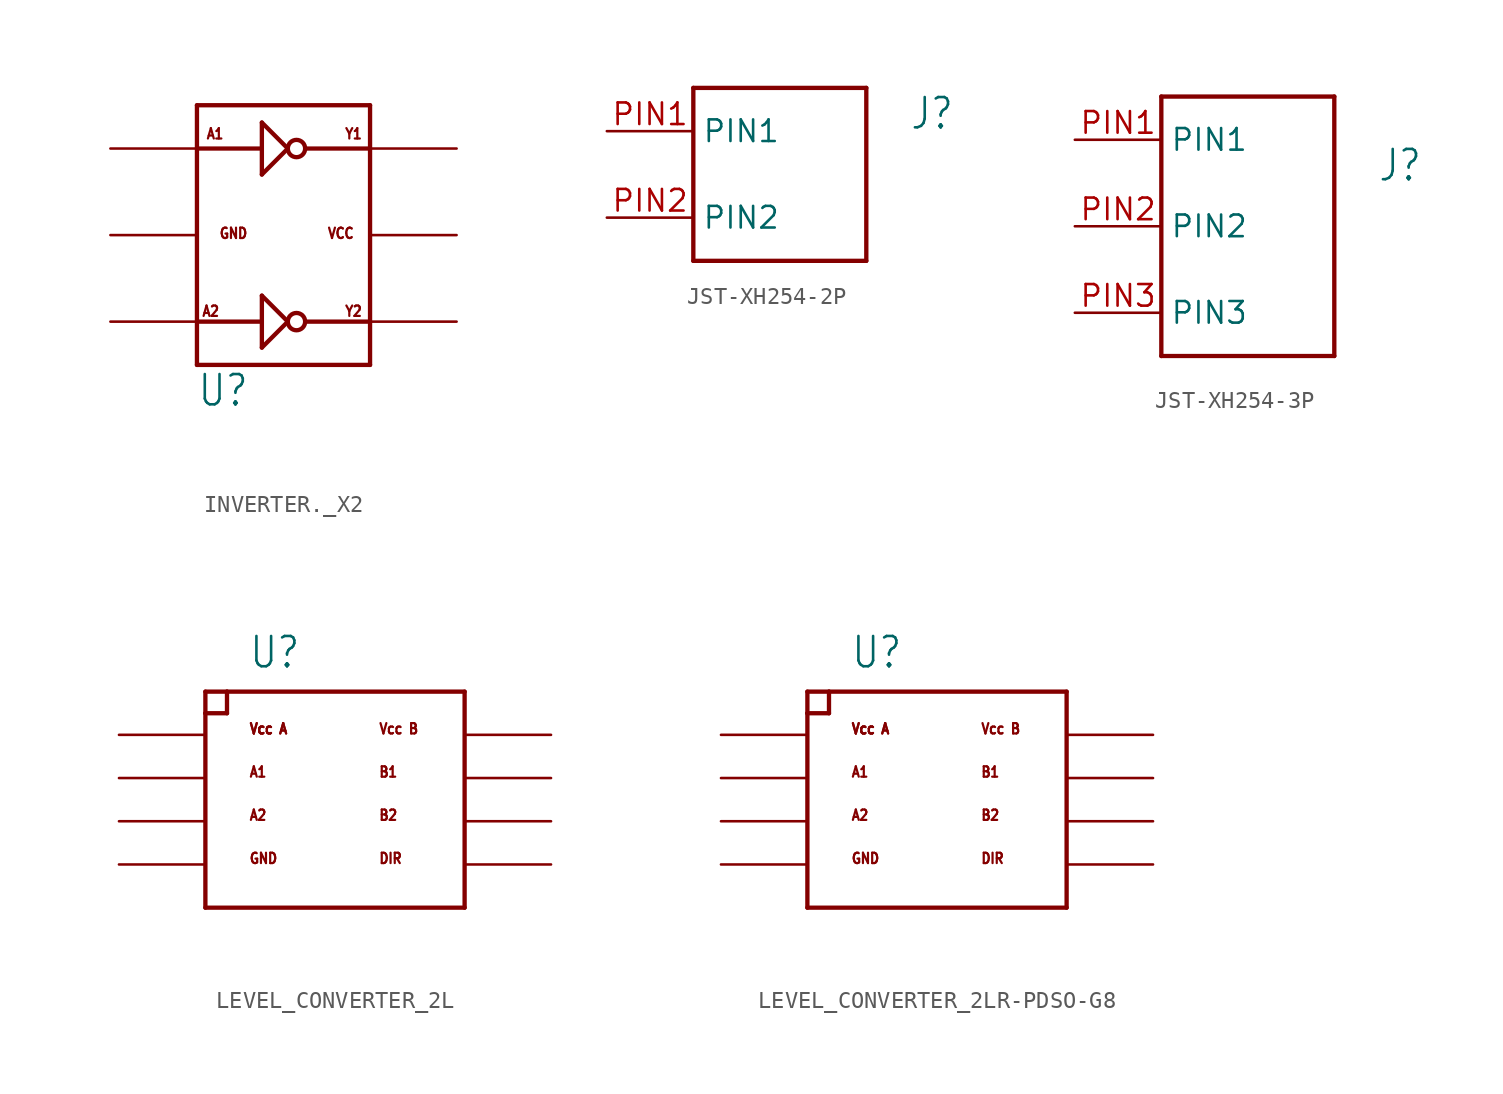
<source format=kicad_sym>
(kicad_symbol_lib
  (version 20231120)
  (generator "kicad_symbol_editor")
  (generator_version "8.0")
  (symbol "INVERTER._X2"
    (property "Reference" "U"
      (at -5.08 -10.16 0)
      (effects (font (size 1.778 1.511)) (justify left bottom)))
    (property "Value" ""
      (at -5.08 -12.7 0)
      (effects (font (size 1.778 1.511)) (justify left bottom)))
    (property "ki_locked" ""
      (at 0 0 0)
      (effects (font (size 1.27 1.27))))
    (symbol "INVERTER._X2_1_0"
      (polyline (pts (xy -5.08 -7.62) (xy 5.08 -7.62)) (stroke (width 0.254) (type solid)) (fill (type none)))
      (polyline (pts (xy -5.08 -5.08) (xy -1.27 -5.08)) (stroke (width 0.254) (type solid)) (fill (type none)))
      (polyline (pts (xy -5.08 5.08) (xy -5.08 -7.62)) (stroke (width 0.254) (type solid)) (fill (type none)))
      (polyline (pts (xy -5.08 5.08) (xy -1.27 5.08)) (stroke (width 0.254) (type solid)) (fill (type none)))
      (polyline (pts (xy -5.08 7.62) (xy -5.08 5.08)) (stroke (width 0.254) (type solid)) (fill (type none)))
      (polyline (pts (xy -1.27 -3.556) (xy -1.27 -6.604)) (stroke (width 0.254) (type solid)) (fill (type none)))
      (polyline (pts (xy -1.27 -3.556) (xy 0.254 -5.08)) (stroke (width 0.254) (type solid)) (fill (type none)))
      (polyline (pts (xy -1.27 6.604) (xy -1.27 3.556)) (stroke (width 0.254) (type solid)) (fill (type none)))
      (polyline (pts (xy -1.27 6.604) (xy 0.254 5.08)) (stroke (width 0.254) (type solid)) (fill (type none)))
      (polyline (pts (xy 0.254 -5.08) (xy -1.27 -6.604)) (stroke (width 0.254) (type solid)) (fill (type none)))
      (polyline (pts (xy 0.254 5.08) (xy -1.27 3.556)) (stroke (width 0.254) (type solid)) (fill (type none)))
      (polyline (pts (xy 1.27 -5.08) (xy 5.08 -5.08)) (stroke (width 0.254) (type solid)) (fill (type none)))
      (polyline (pts (xy 1.27 5.08) (xy 5.08 5.08)) (stroke (width 0.254) (type solid)) (fill (type none)))
      (polyline (pts (xy 5.08 -7.62) (xy 5.08 5.08)) (stroke (width 0.254) (type solid)) (fill (type none)))
      (polyline (pts (xy 5.08 5.08) (xy 5.08 7.62)) (stroke (width 0.254) (type solid)) (fill (type none)))
      (polyline (pts (xy 5.08 7.62) (xy -5.08 7.62)) (stroke (width 0.254) (type solid)) (fill (type none)))
      (circle (center 0.762 -5.08) (radius 0.508) (stroke (width 0.254) (type solid)) (fill (type none)))
      (circle (center 0.762 5.08) (radius 0.508) (stroke (width 0.254) (type solid)) (fill (type none)))
      (text "A1" (at -4.572 5.588 0) (effects (font (size 0.61 0.518)) (justify left bottom)))
      (text "A2" (at -4.826 -4.826 0) (effects (font (size 0.61 0.518)) (justify left bottom)))
      (text "GND" (at -3.81 -0.254 0) (effects (font (size 0.61 0.518)) (justify left bottom)))
      (text "VCC" (at 2.54 -0.254 0) (effects (font (size 0.61 0.518)) (justify left bottom)))
      (text "Y1" (at 3.556 5.588 0) (effects (font (size 0.61 0.518)) (justify left bottom)))
      (text "Y2" (at 3.556 -4.826 0) (effects (font (size 0.61 0.518)) (justify left bottom)))
      (pin bidirectional line (at -10.16 5.08 0) (length 5.08) (name "A1" (effects (font (size 0 0)))) (number "P1" (effects (font (size 0 0)))))
      (pin power_in line (at -10.16 0 0) (length 5.08) (name "GND" (effects (font (size 0 0)))) (number "P2" (effects (font (size 0 0)))))
      (pin bidirectional line (at -10.16 -5.08 0) (length 5.08) (name "A2" (effects (font (size 0 0)))) (number "P3" (effects (font (size 0 0)))))
      (pin bidirectional line (at 10.16 -5.08 180) (length 5.08) (name "Y2" (effects (font (size 0 0)))) (number "P4" (effects (font (size 0 0)))))
      (pin power_in line (at 10.16 0 180) (length 5.08) (name "VCC" (effects (font (size 0 0)))) (number "P5" (effects (font (size 0 0)))))
      (pin bidirectional line (at 10.16 5.08 180) (length 5.08) (name "Y1" (effects (font (size 0 0)))) (number "P6" (effects (font (size 0 0)))))))
  (symbol "JST-XH254-2P"
    (property "Reference" "J"
      (at 12.7 2.54 0)
      (effects (font (size 1.778 1.511)) (justify left bottom)))
    (property "Value" ""
      (at 12.7 -2.54 0)
      (effects (font (size 1.778 1.511)) (justify left bottom)))
    (property "ki_locked" ""
      (at 0 0 0)
      (effects (font (size 1.27 1.27))))
    (symbol "JST-XH254-2P_1_0"
      (polyline (pts (xy 0 -5.08) (xy 10.16 -5.08)) (stroke (width 0.254) (type solid)) (fill (type none)))
      (polyline (pts (xy 0 5.08) (xy 0 -5.08)) (stroke (width 0.254) (type solid)) (fill (type none)))
      (polyline (pts (xy 10.16 -5.08) (xy 10.16 5.08)) (stroke (width 0.254) (type solid)) (fill (type none)))
      (polyline (pts (xy 10.16 5.08) (xy 0 5.08)) (stroke (width 0.254) (type solid)) (fill (type none)))
      (pin bidirectional line (at -5.08 2.54 0) (length 5.08) (name "PIN1" (effects (font (size 1.27 1.27)))) (number "PIN1" (effects (font (size 1.27 1.27)))))
      (pin bidirectional line (at -5.08 -2.54 0) (length 5.08) (name "PIN2" (effects (font (size 1.27 1.27)))) (number "PIN2" (effects (font (size 1.27 1.27)))))))
  (symbol "JST-XH254-3P"
    (property "Reference" "J"
      (at 12.7 2.54 0)
      (effects (font (size 1.778 1.511)) (justify left bottom)))
    (property "Value" ""
      (at 12.7 -2.54 0)
      (effects (font (size 1.778 1.511)) (justify left bottom)))
    (property "ki_locked" ""
      (at 0 0 0)
      (effects (font (size 1.27 1.27))))
    (symbol "JST-XH254-3P_1_0"
      (polyline (pts (xy 0 -7.62) (xy 10.16 -7.62)) (stroke (width 0.254) (type solid)) (fill (type none)))
      (polyline (pts (xy 0 7.62) (xy 0 -7.62)) (stroke (width 0.254) (type solid)) (fill (type none)))
      (polyline (pts (xy 10.16 -7.62) (xy 10.16 7.62)) (stroke (width 0.254) (type solid)) (fill (type none)))
      (polyline (pts (xy 10.16 7.62) (xy 0 7.62)) (stroke (width 0.254) (type solid)) (fill (type none)))
      (pin bidirectional line (at -5.08 5.08 0) (length 5.08) (name "PIN1" (effects (font (size 1.27 1.27)))) (number "PIN1" (effects (font (size 1.27 1.27)))))
      (pin bidirectional line (at -5.08 0 0) (length 5.08) (name "PIN2" (effects (font (size 1.27 1.27)))) (number "PIN2" (effects (font (size 1.27 1.27)))))
      (pin bidirectional line (at -5.08 -5.08 0) (length 5.08) (name "PIN3" (effects (font (size 1.27 1.27)))) (number "PIN3" (effects (font (size 1.27 1.27)))))))
  (symbol "LEVEL_CONVERTER_2L"
    (property "Reference" "U"
      (at -5.08 8.89 0)
      (effects (font (size 1.778 1.511)) (justify left bottom)))
    (property "Value" ""
      (at -5.334 -7.62 0)
      (effects (font (size 1.778 1.511)) (justify left bottom)))
    (property "ki_locked" ""
      (at 0 0 0)
      (effects (font (size 1.27 1.27))))
    (symbol "LEVEL_CONVERTER_2L_1_0"
      (polyline (pts (xy -7.62 -5.08) (xy 7.62 -5.08)) (stroke (width 0.254) (type solid)) (fill (type none)))
      (polyline (pts (xy -7.62 6.35) (xy -7.62 -5.08)) (stroke (width 0.254) (type solid)) (fill (type none)))
      (polyline (pts (xy -7.62 6.35) (xy -6.35 6.35)) (stroke (width 0.254) (type solid)) (fill (type none)))
      (polyline (pts (xy -7.62 7.62) (xy -7.62 6.35)) (stroke (width 0.254) (type solid)) (fill (type none)))
      (polyline (pts (xy -6.35 6.35) (xy -6.35 7.62)) (stroke (width 0.254) (type solid)) (fill (type none)))
      (polyline (pts (xy -6.35 7.62) (xy -7.62 7.62)) (stroke (width 0.254) (type solid)) (fill (type none)))
      (polyline (pts (xy 7.62 -5.08) (xy 7.62 7.62)) (stroke (width 0.254) (type solid)) (fill (type none)))
      (polyline (pts (xy 7.62 7.62) (xy -6.35 7.62)) (stroke (width 0.254) (type solid)) (fill (type none)))
      (text "A1" (at -5.08 2.54 0) (effects (font (size 0.61 0.518)) (justify left bottom)))
      (text "A2" (at -5.08 0 0) (effects (font (size 0.61 0.518)) (justify left bottom)))
      (text "B1" (at 2.54 2.54 0) (effects (font (size 0.61 0.518)) (justify left bottom)))
      (text "B2" (at 2.54 0 0) (effects (font (size 0.61 0.518)) (justify left bottom)))
      (text "DIR" (at 2.54 -2.54 0) (effects (font (size 0.61 0.518)) (justify left bottom)))
      (text "GND" (at -5.08 -2.54 0) (effects (font (size 0.61 0.518)) (justify left bottom)))
      (text "Vcc A" (at -5.08 5.08 0) (effects (font (size 0.61 0.518)) (justify left bottom)))
      (text "Vcc A" (at -5.08 5.08 0) (effects (font (size 0.61 0.518)) (justify left bottom)))
      (text "Vcc B" (at 2.54 5.08 0) (effects (font (size 0.61 0.518)) (justify left bottom)))
      (pin power_in line (at -12.7 5.08 0) (length 5.08) (name "VCCA" (effects (font (size 0 0)))) (number "P1" (effects (font (size 0 0)))))
      (pin bidirectional line (at -12.7 2.54 0) (length 5.08) (name "A1" (effects (font (size 0 0)))) (number "P2" (effects (font (size 0 0)))))
      (pin bidirectional line (at -12.7 0 0) (length 5.08) (name "A2" (effects (font (size 0 0)))) (number "P3" (effects (font (size 0 0)))))
      (pin power_in line (at -12.7 -2.54 0) (length 5.08) (name "GND" (effects (font (size 0 0)))) (number "P4" (effects (font (size 0 0)))))
      (pin bidirectional line (at 12.7 -2.54 180) (length 5.08) (name "DIR" (effects (font (size 0 0)))) (number "P5" (effects (font (size 0 0)))))
      (pin bidirectional line (at 12.7 0 180) (length 5.08) (name "B2" (effects (font (size 0 0)))) (number "P6" (effects (font (size 0 0)))))
      (pin bidirectional line (at 12.7 2.54 180) (length 5.08) (name "B1" (effects (font (size 0 0)))) (number "P7" (effects (font (size 0 0)))))
      (pin power_in line (at 12.7 5.08 180) (length 5.08) (name "VCCB" (effects (font (size 0 0)))) (number "P8" (effects (font (size 0 0)))))))
  (symbol "LEVEL_CONVERTER_2LR-PDSO-G8"
    (property "Reference" "U"
      (at -5.08 8.89 0)
      (effects (font (size 1.778 1.511)) (justify left bottom)))
    (property "Value" ""
      (at -5.334 -7.62 0)
      (effects (font (size 1.778 1.511)) (justify left bottom)))
    (property "ki_locked" ""
      (at 0 0 0)
      (effects (font (size 1.27 1.27))))
    (symbol "LEVEL_CONVERTER_2LR-PDSO-G8_1_0"
      (polyline (pts (xy -7.62 -5.08) (xy 7.62 -5.08)) (stroke (width 0.254) (type solid)) (fill (type none)))
      (polyline (pts (xy -7.62 6.35) (xy -7.62 -5.08)) (stroke (width 0.254) (type solid)) (fill (type none)))
      (polyline (pts (xy -7.62 6.35) (xy -6.35 6.35)) (stroke (width 0.254) (type solid)) (fill (type none)))
      (polyline (pts (xy -7.62 7.62) (xy -7.62 6.35)) (stroke (width 0.254) (type solid)) (fill (type none)))
      (polyline (pts (xy -6.35 6.35) (xy -6.35 7.62)) (stroke (width 0.254) (type solid)) (fill (type none)))
      (polyline (pts (xy -6.35 7.62) (xy -7.62 7.62)) (stroke (width 0.254) (type solid)) (fill (type none)))
      (polyline (pts (xy 7.62 -5.08) (xy 7.62 7.62)) (stroke (width 0.254) (type solid)) (fill (type none)))
      (polyline (pts (xy 7.62 7.62) (xy -6.35 7.62)) (stroke (width 0.254) (type solid)) (fill (type none)))
      (text "A1" (at -5.08 2.54 0) (effects (font (size 0.61 0.518)) (justify left bottom)))
      (text "A2" (at -5.08 0 0) (effects (font (size 0.61 0.518)) (justify left bottom)))
      (text "B1" (at 2.54 2.54 0) (effects (font (size 0.61 0.518)) (justify left bottom)))
      (text "B2" (at 2.54 0 0) (effects (font (size 0.61 0.518)) (justify left bottom)))
      (text "DIR" (at 2.54 -2.54 0) (effects (font (size 0.61 0.518)) (justify left bottom)))
      (text "GND" (at -5.08 -2.54 0) (effects (font (size 0.61 0.518)) (justify left bottom)))
      (text "Vcc A" (at -5.08 5.08 0) (effects (font (size 0.61 0.518)) (justify left bottom)))
      (text "Vcc A" (at -5.08 5.08 0) (effects (font (size 0.61 0.518)) (justify left bottom)))
      (text "Vcc B" (at 2.54 5.08 0) (effects (font (size 0.61 0.518)) (justify left bottom)))
      (pin power_in line (at -12.7 5.08 0) (length 5.08) (name "VCCA" (effects (font (size 0 0)))) (number "P1" (effects (font (size 0 0)))))
      (pin bidirectional line (at -12.7 2.54 0) (length 5.08) (name "A1" (effects (font (size 0 0)))) (number "P2" (effects (font (size 0 0)))))
      (pin bidirectional line (at -12.7 0 0) (length 5.08) (name "A2" (effects (font (size 0 0)))) (number "P3" (effects (font (size 0 0)))))
      (pin power_in line (at -12.7 -2.54 0) (length 5.08) (name "GND" (effects (font (size 0 0)))) (number "P4" (effects (font (size 0 0)))))
      (pin bidirectional line (at 12.7 -2.54 180) (length 5.08) (name "DIR" (effects (font (size 0 0)))) (number "P5" (effects (font (size 0 0)))))
      (pin bidirectional line (at 12.7 0 180) (length 5.08) (name "B2" (effects (font (size 0 0)))) (number "P6" (effects (font (size 0 0)))))
      (pin bidirectional line (at 12.7 2.54 180) (length 5.08) (name "B1" (effects (font (size 0 0)))) (number "P7" (effects (font (size 0 0)))))
      (pin power_in line (at 12.7 5.08 180) (length 5.08) (name "VCCB" (effects (font (size 0 0)))) (number "P8" (effects (font (size 0 0))))))))
</source>
